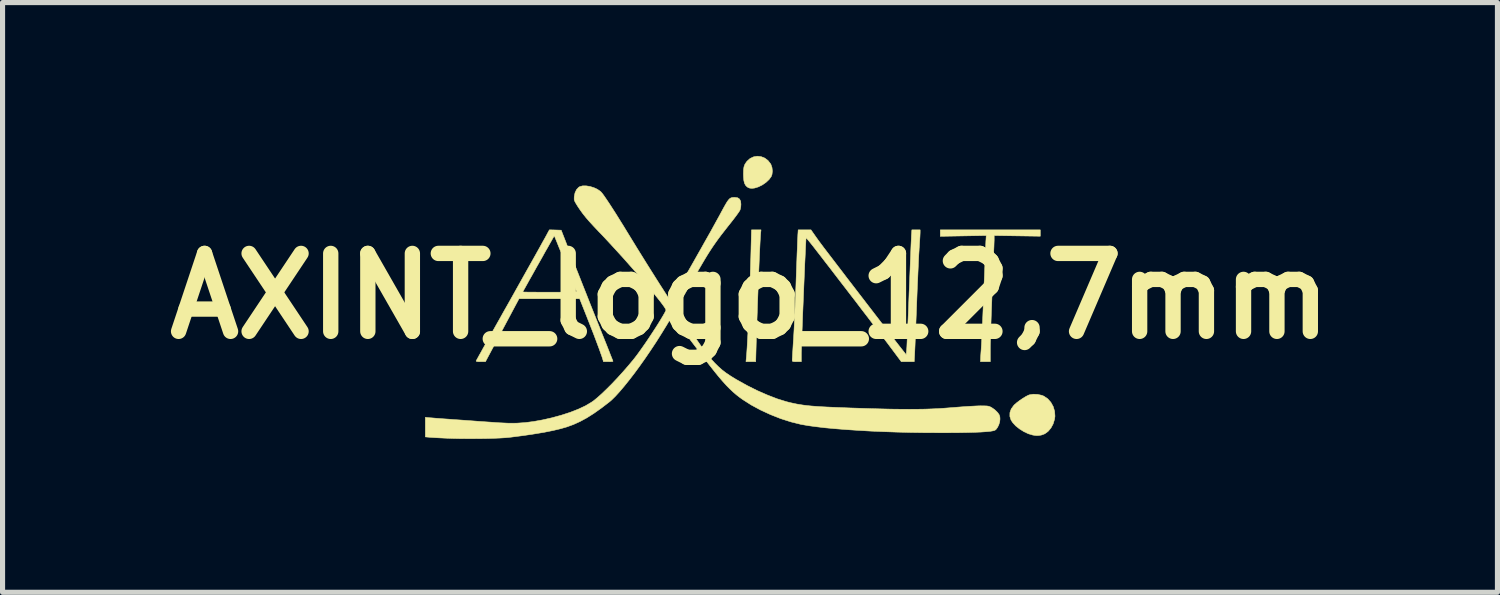
<source format=kicad_pcb>
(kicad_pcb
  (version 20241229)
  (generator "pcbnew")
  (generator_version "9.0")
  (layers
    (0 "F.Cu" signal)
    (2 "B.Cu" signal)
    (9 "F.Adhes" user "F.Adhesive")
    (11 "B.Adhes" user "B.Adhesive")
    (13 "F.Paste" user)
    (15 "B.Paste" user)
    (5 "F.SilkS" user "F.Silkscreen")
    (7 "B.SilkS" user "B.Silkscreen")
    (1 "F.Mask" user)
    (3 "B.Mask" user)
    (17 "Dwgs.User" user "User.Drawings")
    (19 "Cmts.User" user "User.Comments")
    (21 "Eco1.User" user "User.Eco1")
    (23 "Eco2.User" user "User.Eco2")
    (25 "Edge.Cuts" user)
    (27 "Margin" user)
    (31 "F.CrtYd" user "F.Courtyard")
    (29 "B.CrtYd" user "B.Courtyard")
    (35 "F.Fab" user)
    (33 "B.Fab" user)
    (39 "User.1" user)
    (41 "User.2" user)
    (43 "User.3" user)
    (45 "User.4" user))
  (footprint "AXINT_logo_12,7mm"
    (layer "F.Cu")
    (at 11.619 2.741)
    (property "Reference" "AXINT_logo_12,7mm" (at 0 0 0) (layer "F.SilkS") (effects (font (size 1.524 1.524) (thickness 0.3))))
    (attr through_hole)
    (fp_poly (pts (xy 0.218 -2.727) (xy 0.289 -2.699) (xy 0.351 -2.652) (xy 0.402 -2.587) (xy 0.409 -2.574) (xy 0.43 -2.513) (xy 0.437 -2.445) (xy 0.43 -2.38) (xy 0.415 -2.339) (xy 0.372 -2.28) (xy 0.311 -2.223) (xy 0.24 -2.174) (xy 0.163 -2.136) (xy 0.089 -2.113) (xy 0.044 -2.108) (xy -0.003 -2.111) (xy -0.037 -2.123) (xy -0.062 -2.141) (xy -0.089 -2.17) (xy -0.108 -2.208) (xy -0.121 -2.26) (xy -0.127 -2.329) (xy -0.129 -2.389) (xy -0.127 -2.467) (xy -0.119 -2.526) (xy -0.102 -2.574) (xy -0.073 -2.619) (xy -0.057 -2.639) (xy 0.002 -2.692) (xy 0.071 -2.724) (xy 0.144 -2.736) (xy 0.218 -2.727)) (stroke (width 0.01) (type solid)) (fill yes) (layer "F.SilkS"))
    (fp_poly (pts (xy 5.625 1.923) (xy 5.704 1.94) (xy 5.745 1.956) (xy 5.822 2.008) (xy 5.884 2.078) (xy 5.93 2.161) (xy 5.957 2.253) (xy 5.964 2.349) (xy 5.956 2.408) (xy 5.928 2.5) (xy 5.885 2.58) (xy 5.829 2.646) (xy 5.765 2.693) (xy 5.701 2.717) (xy 5.65 2.726) (xy 5.608 2.728) (xy 5.563 2.723) (xy 5.527 2.717) (xy 5.443 2.692) (xy 5.356 2.651) (xy 5.273 2.599) (xy 5.198 2.54) (xy 5.139 2.476) (xy 5.105 2.425) (xy 5.082 2.353) (xy 5.083 2.28) (xy 5.108 2.208) (xy 5.156 2.141) (xy 5.177 2.119) (xy 5.224 2.079) (xy 5.28 2.037) (xy 5.34 1.997) (xy 5.396 1.963) (xy 5.443 1.939) (xy 5.465 1.931) (xy 5.542 1.919) (xy 5.625 1.923)) (stroke (width 0.01) (type solid)) (fill yes) (layer "F.SilkS"))
    (fp_poly (pts (xy 0.209 -1.241) (xy 0.206 -1.203) (xy 0.202 -1.141) (xy 0.197 -1.058) (xy 0.192 -0.955) (xy 0.186 -0.835) (xy 0.18 -0.699) (xy 0.174 -0.55) (xy 0.167 -0.39) (xy 0.161 -0.22) (xy 0.154 -0.043) (xy 0.147 0.14) (xy 0.141 0.326) (xy 0.134 0.513) (xy 0.128 0.7) (xy 0.122 0.885) (xy 0.119 0.994) (xy 0.111 1.283) (xy -0.079 1.283) (xy -0.071 1.197) (xy -0.064 1.114) (xy -0.057 1.008) (xy -0.05 0.882) (xy -0.042 0.738) (xy -0.034 0.578) (xy -0.027 0.406) (xy -0.019 0.224) (xy -0.011 0.035) (xy -0.004 -0.16) (xy 0.003 -0.357) (xy 0.009 -0.554) (xy 0.015 -0.748) (xy 0.02 -0.937) (xy 0.02 -0.949) (xy 0.029 -1.295) (xy 0.122 -1.295) (xy 0.215 -1.295) (xy 0.209 -1.241)) (stroke (width 0.01) (type solid)) (fill yes) (layer "F.SilkS"))
    (fp_poly (pts (xy 5.677 -1.171) (xy 5.226 -1.178) (xy 4.775 -1.185) (xy 4.775 -1.116) (xy 4.775 -1.093) (xy 4.773 -1.045) (xy 4.771 -0.977) (xy 4.767 -0.891) (xy 4.763 -0.787) (xy 4.759 -0.669) (xy 4.754 -0.539) (xy 4.748 -0.399) (xy 4.742 -0.252) (xy 4.737 -0.127) (xy 4.731 0.031) (xy 4.725 0.188) (xy 4.719 0.341) (xy 4.714 0.486) (xy 4.709 0.621) (xy 4.706 0.744) (xy 4.703 0.851) (xy 4.7 0.94) (xy 4.699 1.008) (xy 4.699 1.038) (xy 4.699 1.283) (xy 4.508 1.283) (xy 4.509 1.235) (xy 4.51 1.203) (xy 4.513 1.153) (xy 4.517 1.093) (xy 4.521 1.041) (xy 4.523 1.005) (xy 4.527 0.945) (xy 4.531 0.865) (xy 4.536 0.767) (xy 4.541 0.652) (xy 4.547 0.524) (xy 4.553 0.385) (xy 4.559 0.237) (xy 4.565 0.083) (xy 4.571 -0.064) (xy 4.577 -0.22) (xy 4.584 -0.37) (xy 4.589 -0.512) (xy 4.595 -0.644) (xy 4.6 -0.764) (xy 4.604 -0.87) (xy 4.608 -0.959) (xy 4.611 -1.029) (xy 4.613 -1.078) (xy 4.615 -1.104) (xy 4.615 -1.104) (xy 4.62 -1.185) (xy 4.171 -1.177) (xy 3.721 -1.169) (xy 3.721 -1.295) (xy 5.677 -1.295) (xy 5.677 -1.171)) (stroke (width 0.01) (type solid)) (fill yes) (layer "F.SilkS"))
    (fp_poly (pts (xy -3.808 -1.293) (xy -3.693 -1.289) (xy -3.455 -0.679) (xy -3.4 -0.54) (xy -3.338 -0.383) (xy -3.271 -0.213) (xy -3.201 -0.037) (xy -3.131 0.141) (xy -3.062 0.314) (xy -2.997 0.477) (xy -2.948 0.6) (xy -2.899 0.724) (xy -2.852 0.84) (xy -2.809 0.947) (xy -2.771 1.043) (xy -2.739 1.125) (xy -2.713 1.191) (xy -2.693 1.24) (xy -2.682 1.269) (xy -2.68 1.276) (xy -2.691 1.279) (xy -2.722 1.282) (xy -2.766 1.283) (xy -2.773 1.283) (xy -2.866 1.283) (xy -2.882 1.229) (xy -2.896 1.185) (xy -2.919 1.121) (xy -2.948 1.039) (xy -2.984 0.943) (xy -3.024 0.836) (xy -3.068 0.72) (xy -3.115 0.6) (xy -3.163 0.478) (xy -3.197 0.391) (xy -3.332 0.051) (xy -4.518 0.051) (xy -5.175 1.283) (xy -5.269 1.283) (xy -5.318 1.282) (xy -5.346 1.278) (xy -5.356 1.271) (xy -5.356 1.266) (xy -5.349 1.253) (xy -5.33 1.219) (xy -5.301 1.166) (xy -5.262 1.097) (xy -5.215 1.011) (xy -5.159 0.912) (xy -5.097 0.801) (xy -5.029 0.68) (xy -4.956 0.55) (xy -4.878 0.412) (xy -4.836 0.336) (xy -4.704 0.103) (xy -4.601 -0.081) (xy -4.445 -0.081) (xy -4.433 -0.08) (xy -4.398 -0.079) (xy -4.343 -0.078) (xy -4.27 -0.078) (xy -4.182 -0.077) (xy -4.083 -0.076) (xy -3.974 -0.076) (xy -3.918 -0.076) (xy -3.805 -0.076) (xy -3.7 -0.077) (xy -3.607 -0.078) (xy -3.527 -0.079) (xy -3.463 -0.081) (xy -3.417 -0.083) (xy -3.394 -0.085) (xy -3.391 -0.086) (xy -3.395 -0.099) (xy -3.408 -0.133) (xy -3.428 -0.185) (xy -3.454 -0.251) (xy -3.485 -0.33) (xy -3.52 -0.417) (xy -3.557 -0.511) (xy -3.596 -0.608) (xy -3.636 -0.706) (xy -3.674 -0.802) (xy -3.711 -0.893) (xy -3.745 -0.976) (xy -3.774 -1.049) (xy -3.798 -1.108) (xy -3.816 -1.151) (xy -3.827 -1.175) (xy -3.829 -1.179) (xy -3.836 -1.166) (xy -3.854 -1.135) (xy -3.882 -1.086) (xy -3.917 -1.024) (xy -3.959 -0.949) (xy -4.007 -0.866) (xy -4.057 -0.775) (xy -4.11 -0.681) (xy -4.164 -0.586) (xy -4.217 -0.491) (xy -4.267 -0.401) (xy -4.315 -0.317) (xy -4.357 -0.241) (xy -4.392 -0.178) (xy -4.42 -0.128) (xy -4.438 -0.095) (xy -4.445 -0.082) (xy -4.445 -0.081) (xy -4.601 -0.081) (xy -4.582 -0.115) (xy -4.469 -0.317) (xy -4.366 -0.501) (xy -4.272 -0.668) (xy -4.189 -0.816) (xy -4.117 -0.945) (xy -4.057 -1.054) (xy -4.007 -1.143) (xy -3.97 -1.211) (xy -3.959 -1.232) (xy -3.924 -1.296) (xy -3.808 -1.293)) (stroke (width 0.01) (type solid)) (fill yes) (layer "F.SilkS"))
    (fp_poly (pts (xy 1.265 -1.191) (xy 1.301 -1.14) (xy 1.346 -1.077) (xy 1.397 -1.009) (xy 1.446 -0.943) (xy 1.454 -0.933) (xy 1.505 -0.866) (xy 1.567 -0.785) (xy 1.639 -0.691) (xy 1.719 -0.586) (xy 1.806 -0.473) (xy 1.897 -0.353) (xy 1.993 -0.229) (xy 2.091 -0.101) (xy 2.191 0.029) (xy 2.29 0.158) (xy 2.387 0.284) (xy 2.481 0.406) (xy 2.57 0.522) (xy 2.653 0.631) (xy 2.729 0.729) (xy 2.797 0.816) (xy 2.853 0.89) (xy 2.899 0.949) (xy 2.931 0.99) (xy 2.945 1.008) (xy 3.054 1.146) (xy 3.063 1.059) (xy 3.065 1.032) (xy 3.068 0.983) (xy 3.071 0.912) (xy 3.075 0.823) (xy 3.08 0.716) (xy 3.085 0.594) (xy 3.091 0.46) (xy 3.097 0.315) (xy 3.103 0.162) (xy 3.109 0.002) (xy 3.111 -0.057) (xy 3.118 -0.219) (xy 3.124 -0.376) (xy 3.13 -0.526) (xy 3.135 -0.666) (xy 3.141 -0.794) (xy 3.145 -0.908) (xy 3.149 -1.006) (xy 3.153 -1.086) (xy 3.156 -1.146) (xy 3.157 -1.183) (xy 3.158 -1.191) (xy 3.165 -1.295) (xy 3.327 -1.295) (xy 3.327 -1.248) (xy 3.326 -1.22) (xy 3.324 -1.173) (xy 3.32 -1.109) (xy 3.315 -1.035) (xy 3.31 -0.954) (xy 3.309 -0.946) (xy 3.306 -0.889) (xy 3.301 -0.81) (xy 3.296 -0.711) (xy 3.291 -0.595) (xy 3.285 -0.466) (xy 3.279 -0.325) (xy 3.272 -0.177) (xy 3.266 -0.023) (xy 3.26 0.132) (xy 3.258 0.191) (xy 3.252 0.341) (xy 3.246 0.487) (xy 3.241 0.625) (xy 3.236 0.753) (xy 3.231 0.869) (xy 3.227 0.97) (xy 3.223 1.055) (xy 3.22 1.12) (xy 3.218 1.164) (xy 3.217 1.178) (xy 3.211 1.283) (xy 2.959 1.283) (xy 2.772 1.032) (xy 2.735 0.983) (xy 2.685 0.916) (xy 2.622 0.833) (xy 2.548 0.736) (xy 2.466 0.628) (xy 2.375 0.509) (xy 2.279 0.383) (xy 2.178 0.252) (xy 2.075 0.116) (xy 1.97 -0.02) (xy 1.865 -0.157) (xy 1.762 -0.29) (xy 1.663 -0.419) (xy 1.569 -0.542) (xy 1.481 -0.655) (xy 1.402 -0.758) (xy 1.332 -0.848) (xy 1.274 -0.923) (xy 1.229 -0.981) (xy 1.209 -1.006) (xy 1.169 -1.056) (xy 1.136 -1.096) (xy 1.111 -1.125) (xy 1.098 -1.139) (xy 1.097 -1.139) (xy 1.095 -1.126) (xy 1.093 -1.089) (xy 1.09 -1.032) (xy 1.086 -0.956) (xy 1.082 -0.863) (xy 1.077 -0.756) (xy 1.071 -0.636) (xy 1.066 -0.507) (xy 1.06 -0.37) (xy 1.054 -0.227) (xy 1.048 -0.082) (xy 1.042 0.066) (xy 1.036 0.212) (xy 1.03 0.354) (xy 1.025 0.492) (xy 1.02 0.621) (xy 1.015 0.741) (xy 1.011 0.849) (xy 1.008 0.942) (xy 1.006 1.019) (xy 1.004 1.077) (xy 1.003 1.115) (xy 1.003 1.118) (xy 1.003 1.283) (xy 0.914 1.283) (xy 0.868 1.282) (xy 0.841 1.279) (xy 0.829 1.272) (xy 0.826 1.26) (xy 0.826 1.254) (xy 0.826 1.234) (xy 0.829 1.193) (xy 0.832 1.133) (xy 0.837 1.058) (xy 0.842 0.971) (xy 0.848 0.877) (xy 0.85 0.851) (xy 0.855 0.767) (xy 0.861 0.662) (xy 0.867 0.538) (xy 0.873 0.401) (xy 0.88 0.254) (xy 0.886 0.1) (xy 0.892 -0.056) (xy 0.898 -0.212) (xy 0.901 -0.305) (xy 0.906 -0.447) (xy 0.911 -0.584) (xy 0.916 -0.714) (xy 0.92 -0.833) (xy 0.925 -0.94) (xy 0.928 -1.032) (xy 0.931 -1.106) (xy 0.934 -1.16) (xy 0.935 -1.191) (xy 0.942 -1.295) (xy 1.192 -1.295) (xy 1.265 -1.191)) (stroke (width 0.01) (type solid)) (fill yes) (layer "F.SilkS"))
    (fp_poly (pts (xy -3.129 -2.144) (xy -3.052 -2.12) (xy -2.982 -2.087) (xy -2.924 -2.046) (xy -2.919 -2.042) (xy -2.895 -2.015) (xy -2.859 -1.967) (xy -2.813 -1.9) (xy -2.757 -1.817) (xy -2.693 -1.718) (xy -2.621 -1.606) (xy -2.544 -1.482) (xy -2.461 -1.349) (xy -2.445 -1.322) (xy -2.366 -1.193) (xy -2.285 -1.061) (xy -2.203 -0.927) (xy -2.121 -0.795) (xy -2.04 -0.665) (xy -1.961 -0.539) (xy -1.886 -0.42) (xy -1.816 -0.309) (xy -1.752 -0.208) (xy -1.695 -0.12) (xy -1.647 -0.045) (xy -1.608 0.015) (xy -1.58 0.056) (xy -1.564 0.078) (xy -1.562 0.08) (xy -1.555 0.086) (xy -1.548 0.086) (xy -1.538 0.079) (xy -1.524 0.062) (xy -1.504 0.033) (xy -1.478 -0.011) (xy -1.443 -0.072) (xy -1.398 -0.151) (xy -1.378 -0.187) (xy -1.333 -0.266) (xy -1.278 -0.363) (xy -1.217 -0.473) (xy -1.15 -0.59) (xy -1.082 -0.71) (xy -1.015 -0.829) (xy -0.959 -0.927) (xy -0.897 -1.038) (xy -0.832 -1.153) (xy -0.767 -1.268) (xy -0.706 -1.379) (xy -0.65 -1.481) (xy -0.601 -1.569) (xy -0.565 -1.636) (xy -0.517 -1.725) (xy -0.478 -1.794) (xy -0.447 -1.846) (xy -0.42 -1.882) (xy -0.396 -1.907) (xy -0.372 -1.921) (xy -0.346 -1.928) (xy -0.315 -1.93) (xy -0.299 -1.93) (xy -0.243 -1.923) (xy -0.205 -1.898) (xy -0.184 -1.856) (xy -0.178 -1.797) (xy -0.181 -1.748) (xy -0.19 -1.702) (xy -0.196 -1.683) (xy -0.209 -1.66) (xy -0.236 -1.62) (xy -0.273 -1.569) (xy -0.317 -1.511) (xy -0.358 -1.458) (xy -0.439 -1.356) (xy -0.51 -1.265) (xy -0.574 -1.183) (xy -0.631 -1.106) (xy -0.683 -1.033) (xy -0.734 -0.959) (xy -0.784 -0.883) (xy -0.836 -0.801) (xy -0.891 -0.71) (xy -0.951 -0.608) (xy -1.019 -0.492) (xy -1.095 -0.358) (xy -1.154 -0.255) (xy -1.445 0.256) (xy -1.209 0.608) (xy -1.122 0.738) (xy -1.046 0.849) (xy -0.981 0.943) (xy -0.924 1.023) (xy -0.873 1.092) (xy -0.828 1.151) (xy -0.785 1.203) (xy -0.744 1.25) (xy -0.702 1.296) (xy -0.687 1.312) (xy -0.615 1.383) (xy -0.545 1.445) (xy -0.469 1.503) (xy -0.383 1.561) (xy -0.281 1.624) (xy -0.267 1.632) (xy -0.061 1.747) (xy 0.143 1.849) (xy 0.342 1.936) (xy 0.531 2.009) (xy 0.708 2.064) (xy 0.786 2.084) (xy 0.85 2.098) (xy 0.912 2.111) (xy 0.976 2.122) (xy 1.042 2.132) (xy 1.114 2.141) (xy 1.193 2.149) (xy 1.282 2.156) (xy 1.384 2.163) (xy 1.5 2.169) (xy 1.633 2.175) (xy 1.785 2.181) (xy 1.959 2.188) (xy 2.089 2.192) (xy 2.336 2.2) (xy 2.56 2.206) (xy 2.763 2.211) (xy 2.948 2.213) (xy 3.118 2.214) (xy 3.275 2.213) (xy 3.421 2.211) (xy 3.559 2.206) (xy 3.692 2.2) (xy 3.821 2.191) (xy 3.95 2.181) (xy 3.956 2.181) (xy 4.062 2.172) (xy 4.169 2.164) (xy 4.271 2.157) (xy 4.364 2.152) (xy 4.442 2.148) (xy 4.501 2.146) (xy 4.509 2.146) (xy 4.575 2.147) (xy 4.622 2.148) (xy 4.656 2.152) (xy 4.682 2.159) (xy 4.707 2.17) (xy 4.736 2.187) (xy 4.737 2.188) (xy 4.783 2.22) (xy 4.826 2.26) (xy 4.848 2.284) (xy 4.874 2.323) (xy 4.886 2.359) (xy 4.889 2.405) (xy 4.889 2.405) (xy 4.883 2.461) (xy 4.865 2.518) (xy 4.839 2.57) (xy 4.81 2.609) (xy 4.788 2.625) (xy 4.753 2.635) (xy 4.696 2.645) (xy 4.618 2.652) (xy 4.517 2.659) (xy 4.393 2.664) (xy 4.245 2.668) (xy 4.073 2.671) (xy 3.877 2.672) (xy 3.683 2.672) (xy 3.407 2.671) (xy 3.134 2.667) (xy 2.866 2.66) (xy 2.605 2.651) (xy 2.352 2.64) (xy 2.111 2.626) (xy 1.883 2.611) (xy 1.67 2.594) (xy 1.474 2.576) (xy 1.297 2.555) (xy 1.141 2.534) (xy 1.008 2.511) (xy 0.993 2.508) (xy 0.799 2.46) (xy 0.599 2.396) (xy 0.399 2.317) (xy 0.204 2.227) (xy 0.021 2.128) (xy -0.145 2.022) (xy -0.199 1.983) (xy -0.265 1.932) (xy -0.33 1.876) (xy -0.396 1.814) (xy -0.464 1.745) (xy -0.536 1.665) (xy -0.615 1.573) (xy -0.701 1.467) (xy -0.797 1.345) (xy -0.905 1.204) (xy -0.946 1.149) (xy -1.014 1.059) (xy -1.091 0.958) (xy -1.171 0.853) (xy -1.249 0.752) (xy -1.318 0.663) (xy -1.337 0.638) (xy -1.527 0.394) (xy -1.635 0.575) (xy -1.734 0.736) (xy -1.837 0.899) (xy -1.943 1.059) (xy -2.05 1.216) (xy -2.157 1.367) (xy -2.262 1.51) (xy -2.364 1.642) (xy -2.461 1.763) (xy -2.551 1.869) (xy -2.633 1.959) (xy -2.705 2.03) (xy -2.745 2.065) (xy -2.905 2.188) (xy -3.053 2.293) (xy -3.192 2.381) (xy -3.325 2.453) (xy -3.455 2.512) (xy -3.584 2.559) (xy -3.706 2.594) (xy -3.853 2.629) (xy -4.022 2.663) (xy -4.214 2.695) (xy -4.427 2.727) (xy -4.66 2.757) (xy -4.712 2.763) (xy -4.787 2.77) (xy -4.884 2.776) (xy -4.999 2.781) (xy -5.126 2.785) (xy -5.261 2.787) (xy -5.402 2.788) (xy -5.543 2.788) (xy -5.681 2.787) (xy -5.81 2.784) (xy -5.905 2.781) (xy -5.991 2.777) (xy -6.075 2.773) (xy -6.151 2.769) (xy -6.213 2.765) (xy -6.256 2.762) (xy -6.258 2.762) (xy -6.35 2.754) (xy -6.35 2.371) (xy -6.258 2.38) (xy -6.223 2.382) (xy -6.166 2.387) (xy -6.09 2.393) (xy -5.998 2.4) (xy -5.893 2.407) (xy -5.779 2.416) (xy -5.658 2.424) (xy -5.534 2.433) (xy -5.41 2.442) (xy -5.289 2.451) (xy -5.174 2.459) (xy -5.068 2.466) (xy -4.975 2.473) (xy -4.898 2.478) (xy -4.896 2.478) (xy -4.721 2.486) (xy -4.557 2.485) (xy -4.396 2.474) (xy -4.233 2.453) (xy -4.06 2.422) (xy -3.878 2.381) (xy -3.688 2.329) (xy -3.513 2.272) (xy -3.355 2.21) (xy -3.217 2.145) (xy -3.101 2.076) (xy -3.055 2.044) (xy -2.981 1.983) (xy -2.894 1.905) (xy -2.798 1.812) (xy -2.695 1.709) (xy -2.59 1.598) (xy -2.485 1.482) (xy -2.382 1.364) (xy -2.285 1.248) (xy -2.262 1.219) (xy -2.217 1.161) (xy -2.164 1.088) (xy -2.105 1.005) (xy -2.042 0.915) (xy -1.978 0.82) (xy -1.914 0.723) (xy -1.852 0.628) (xy -1.794 0.537) (xy -1.743 0.454) (xy -1.7 0.382) (xy -1.667 0.324) (xy -1.647 0.282) (xy -1.644 0.276) (xy -1.649 0.258) (xy -1.67 0.222) (xy -1.705 0.172) (xy -1.754 0.107) (xy -1.815 0.03) (xy -1.886 -0.058) (xy -1.967 -0.156) (xy -2.056 -0.261) (xy -2.151 -0.372) (xy -2.252 -0.488) (xy -2.357 -0.607) (xy -2.464 -0.728) (xy -2.573 -0.848) (xy -2.682 -0.967) (xy -2.789 -1.083) (xy -2.894 -1.195) (xy -2.961 -1.264) (xy -3.058 -1.367) (xy -3.14 -1.456) (xy -3.209 -1.536) (xy -3.269 -1.611) (xy -3.321 -1.683) (xy -3.371 -1.757) (xy -3.386 -1.781) (xy -3.414 -1.828) (xy -3.431 -1.861) (xy -3.439 -1.888) (xy -3.439 -1.919) (xy -3.438 -1.945) (xy -3.423 -2.02) (xy -3.394 -2.082) (xy -3.352 -2.127) (xy -3.33 -2.141) (xy -3.274 -2.156) (xy -3.205 -2.156) (xy -3.129 -2.144)) (stroke (width 0.01) (type solid)) (fill yes) (layer "F.SilkS")))
  (gr_rect
    (start -3 -3)
    (end 26.237 8.534)
    (stroke (width 0.1) (type default))
    (fill no)
    (layer "Edge.Cuts")))
</source>
